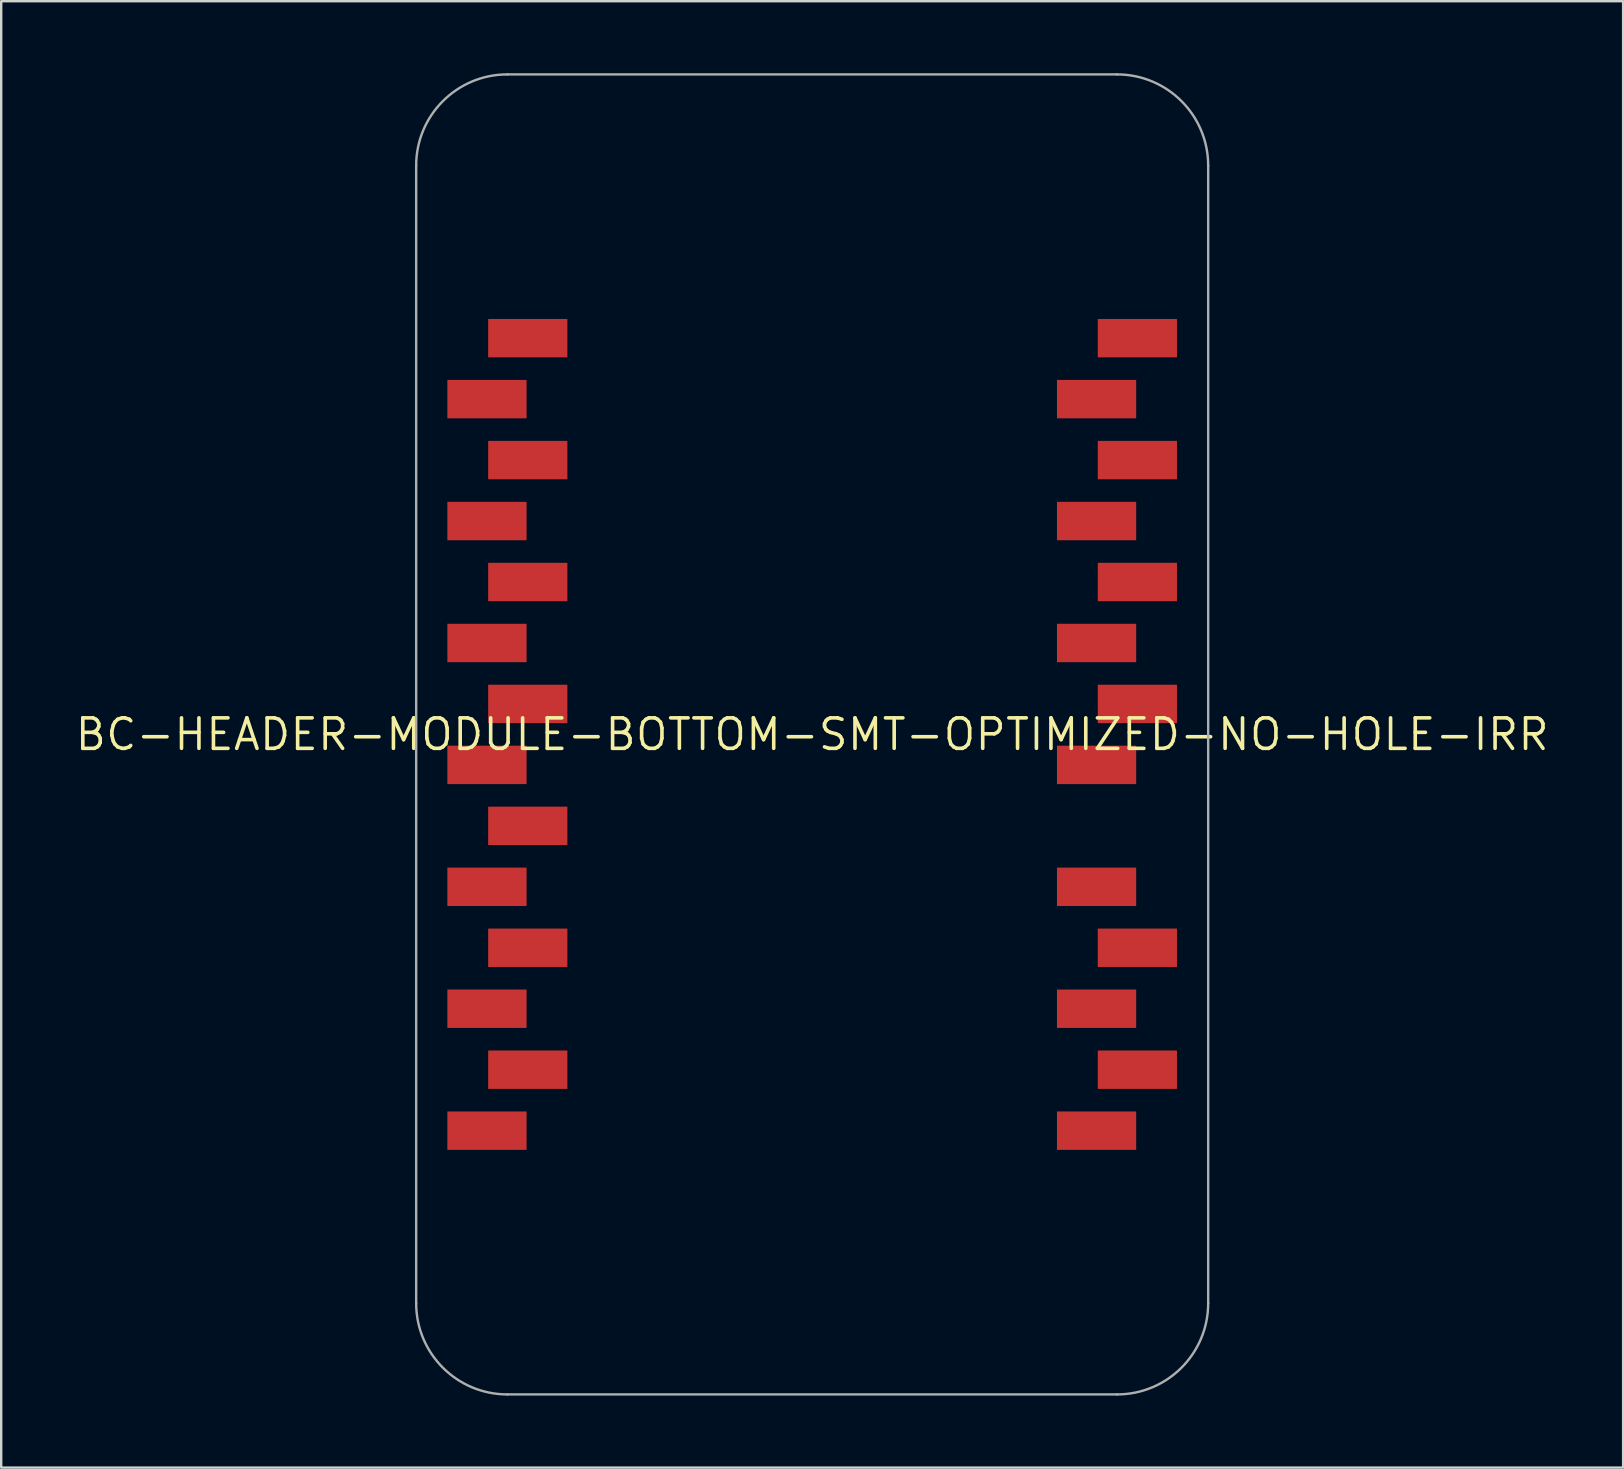
<source format=kicad_pcb>
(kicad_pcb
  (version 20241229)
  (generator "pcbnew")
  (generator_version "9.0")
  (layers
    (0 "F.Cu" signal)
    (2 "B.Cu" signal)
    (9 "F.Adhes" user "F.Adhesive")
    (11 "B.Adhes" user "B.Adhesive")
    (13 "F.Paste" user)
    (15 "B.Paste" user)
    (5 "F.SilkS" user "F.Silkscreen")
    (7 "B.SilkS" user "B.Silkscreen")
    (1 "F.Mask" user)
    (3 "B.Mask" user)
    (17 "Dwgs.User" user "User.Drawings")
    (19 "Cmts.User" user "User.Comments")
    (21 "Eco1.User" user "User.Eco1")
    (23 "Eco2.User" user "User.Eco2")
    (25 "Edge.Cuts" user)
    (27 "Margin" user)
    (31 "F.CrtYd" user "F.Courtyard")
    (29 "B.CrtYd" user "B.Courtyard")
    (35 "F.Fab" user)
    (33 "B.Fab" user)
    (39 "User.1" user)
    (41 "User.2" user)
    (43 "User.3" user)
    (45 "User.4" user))
  (footprint "BC-HEADER-MODULE-BOTTOM-SMT-OPTIMIZED-NO-HOLE-IRR"
    (layer "F.Cu")
    (at 30.79 27.55)
    (property "Reference" "BC-HEADER-MODULE-BOTTOM-SMT-OPTIMIZED-NO-HOLE-IRR" (at 0 0 0) (unlocked yes) (layer "F.SilkS") (effects (font (size 1.27 1.27) (thickness 0.15))))
    (fp_poly (pts (xy -11.9 -13.17) (xy -15.2 -13.17) (xy -15.2 -14.77) (xy -11.9 -14.77)) (stroke (width 0) (type default)) (fill yes) (layer "F.Cu"))
    (fp_poly (pts (xy -11.9 -8.09) (xy -15.2 -8.09) (xy -15.2 -9.69) (xy -11.9 -9.69)) (stroke (width 0) (type default)) (fill yes) (layer "F.Cu"))
    (fp_poly (pts (xy -11.9 -3.01) (xy -15.2 -3.01) (xy -15.2 -4.61) (xy -11.9 -4.61)) (stroke (width 0) (type default)) (fill yes) (layer "F.Cu"))
    (fp_poly (pts (xy -11.9 2.07) (xy -15.2 2.07) (xy -15.2 0.47) (xy -11.9 0.47)) (stroke (width 0) (type default)) (fill yes) (layer "F.Cu"))
    (fp_poly (pts (xy -11.9 7.15) (xy -15.2 7.15) (xy -15.2 5.55) (xy -11.9 5.55)) (stroke (width 0) (type default)) (fill yes) (layer "F.Cu"))
    (fp_poly (pts (xy -11.9 12.23) (xy -15.2 12.23) (xy -15.2 10.63) (xy -11.9 10.63)) (stroke (width 0) (type default)) (fill yes) (layer "F.Cu"))
    (fp_poly (pts (xy -11.9 17.31) (xy -15.2 17.31) (xy -15.2 15.71) (xy -11.9 15.71)) (stroke (width 0) (type default)) (fill yes) (layer "F.Cu"))
    (fp_poly (pts (xy -10.2 -15.71) (xy -13.5 -15.71) (xy -13.5 -17.31) (xy -10.2 -17.31)) (stroke (width 0) (type default)) (fill yes) (layer "F.Cu"))
    (fp_poly (pts (xy -10.2 -10.63) (xy -13.5 -10.63) (xy -13.5 -12.23) (xy -10.2 -12.23)) (stroke (width 0) (type default)) (fill yes) (layer "F.Cu"))
    (fp_poly (pts (xy -10.2 -5.55) (xy -13.5 -5.55) (xy -13.5 -7.15) (xy -10.2 -7.15)) (stroke (width 0) (type default)) (fill yes) (layer "F.Cu"))
    (fp_poly (pts (xy -10.2 -0.47) (xy -13.5 -0.47) (xy -13.5 -2.07) (xy -10.2 -2.07)) (stroke (width 0) (type default)) (fill yes) (layer "F.Cu"))
    (fp_poly (pts (xy -10.2 4.61) (xy -13.5 4.61) (xy -13.5 3.01) (xy -10.2 3.01)) (stroke (width 0) (type default)) (fill yes) (layer "F.Cu"))
    (fp_poly (pts (xy -10.2 9.69) (xy -13.5 9.69) (xy -13.5 8.09) (xy -10.2 8.09)) (stroke (width 0) (type default)) (fill yes) (layer "F.Cu"))
    (fp_poly (pts (xy -10.2 14.77) (xy -13.5 14.77) (xy -13.5 13.17) (xy -10.2 13.17)) (stroke (width 0) (type default)) (fill yes) (layer "F.Cu"))
    (fp_poly (pts (xy 13.5 -13.17) (xy 10.2 -13.17) (xy 10.2 -14.77) (xy 13.5 -14.77)) (stroke (width 0) (type default)) (fill yes) (layer "F.Cu"))
    (fp_poly (pts (xy 13.5 -8.09) (xy 10.2 -8.09) (xy 10.2 -9.69) (xy 13.5 -9.69)) (stroke (width 0) (type default)) (fill yes) (layer "F.Cu"))
    (fp_poly (pts (xy 13.5 -3.01) (xy 10.2 -3.01) (xy 10.2 -4.61) (xy 13.5 -4.61)) (stroke (width 0) (type default)) (fill yes) (layer "F.Cu"))
    (fp_poly (pts (xy 13.5 2.07) (xy 10.2 2.07) (xy 10.2 0.47) (xy 13.5 0.47)) (stroke (width 0) (type default)) (fill yes) (layer "F.Cu"))
    (fp_poly (pts (xy 13.5 7.15) (xy 10.2 7.15) (xy 10.2 5.55) (xy 13.5 5.55)) (stroke (width 0) (type default)) (fill yes) (layer "F.Cu"))
    (fp_poly (pts (xy 13.5 12.23) (xy 10.2 12.23) (xy 10.2 10.63) (xy 13.5 10.63)) (stroke (width 0) (type default)) (fill yes) (layer "F.Cu"))
    (fp_poly (pts (xy 13.5 17.31) (xy 10.2 17.31) (xy 10.2 15.71) (xy 13.5 15.71)) (stroke (width 0) (type default)) (fill yes) (layer "F.Cu"))
    (fp_poly (pts (xy 15.2 -15.71) (xy 11.9 -15.71) (xy 11.9 -17.31) (xy 15.2 -17.31)) (stroke (width 0) (type default)) (fill yes) (layer "F.Cu"))
    (fp_poly (pts (xy 15.2 -10.63) (xy 11.9 -10.63) (xy 11.9 -12.23) (xy 15.2 -12.23)) (stroke (width 0) (type default)) (fill yes) (layer "F.Cu"))
    (fp_poly (pts (xy 15.2 -5.55) (xy 11.9 -5.55) (xy 11.9 -7.15) (xy 15.2 -7.15)) (stroke (width 0) (type default)) (fill yes) (layer "F.Cu"))
    (fp_poly (pts (xy 15.2 -0.47) (xy 11.9 -0.47) (xy 11.9 -2.07) (xy 15.2 -2.07)) (stroke (width 0) (type default)) (fill yes) (layer "F.Cu"))
    (fp_poly (pts (xy 15.2 9.69) (xy 11.9 9.69) (xy 11.9 8.09) (xy 15.2 8.09)) (stroke (width 0) (type default)) (fill yes) (layer "F.Cu"))
    (fp_poly (pts (xy 15.2 14.77) (xy 11.9 14.77) (xy 11.9 13.17) (xy 15.2 13.17)) (stroke (width 0) (type default)) (fill yes) (layer "F.Cu"))
    (fp_poly (pts (xy -13.6 -15.61) (xy -10.1 -15.61) (xy -10.1 -17.41) (xy -13.6 -17.41)) (stroke (width 0) (type default)) (fill yes) (layer "F.Mask"))
    (fp_poly (pts (xy -13.6 -10.53) (xy -10.1 -10.53) (xy -10.1 -12.33) (xy -13.6 -12.33)) (stroke (width 0) (type default)) (fill yes) (layer "F.Mask"))
    (fp_poly (pts (xy -13.6 -5.45) (xy -10.1 -5.45) (xy -10.1 -7.25) (xy -13.6 -7.25)) (stroke (width 0) (type default)) (fill yes) (layer "F.Mask"))
    (fp_poly (pts (xy -13.6 -0.37) (xy -10.1 -0.37) (xy -10.1 -2.17) (xy -13.6 -2.17)) (stroke (width 0) (type default)) (fill yes) (layer "F.Mask"))
    (fp_poly (pts (xy -13.6 4.71) (xy -10.1 4.71) (xy -10.1 2.91) (xy -13.6 2.91)) (stroke (width 0) (type default)) (fill yes) (layer "F.Mask"))
    (fp_poly (pts (xy -13.6 9.79) (xy -10.1 9.79) (xy -10.1 7.99) (xy -13.6 7.99)) (stroke (width 0) (type default)) (fill yes) (layer "F.Mask"))
    (fp_poly (pts (xy -13.6 14.87) (xy -10.1 14.87) (xy -10.1 13.07) (xy -13.6 13.07)) (stroke (width 0) (type default)) (fill yes) (layer "F.Mask"))
    (fp_poly (pts (xy -11.8 -14.87) (xy -15.3 -14.87) (xy -15.3 -13.07) (xy -11.8 -13.07)) (stroke (width 0) (type default)) (fill yes) (layer "F.Mask"))
    (fp_poly (pts (xy -11.8 -9.79) (xy -15.3 -9.79) (xy -15.3 -7.99) (xy -11.8 -7.99)) (stroke (width 0) (type default)) (fill yes) (layer "F.Mask"))
    (fp_poly (pts (xy -11.8 -4.71) (xy -15.3 -4.71) (xy -15.3 -2.91) (xy -11.8 -2.91)) (stroke (width 0) (type default)) (fill yes) (layer "F.Mask"))
    (fp_poly (pts (xy -11.8 0.37) (xy -15.3 0.37) (xy -15.3 2.17) (xy -11.8 2.17)) (stroke (width 0) (type default)) (fill yes) (layer "F.Mask"))
    (fp_poly (pts (xy -11.8 5.45) (xy -15.3 5.45) (xy -15.3 7.25) (xy -11.8 7.25)) (stroke (width 0) (type default)) (fill yes) (layer "F.Mask"))
    (fp_poly (pts (xy -11.8 10.53) (xy -15.3 10.53) (xy -15.3 12.33) (xy -11.8 12.33)) (stroke (width 0) (type default)) (fill yes) (layer "F.Mask"))
    (fp_poly (pts (xy -11.8 15.61) (xy -15.3 15.61) (xy -15.3 17.41) (xy -11.8 17.41)) (stroke (width 0) (type default)) (fill yes) (layer "F.Mask"))
    (fp_poly (pts (xy 11.8 -15.61) (xy 15.3 -15.61) (xy 15.3 -17.41) (xy 11.8 -17.41)) (stroke (width 0) (type default)) (fill yes) (layer "F.Mask"))
    (fp_poly (pts (xy 11.8 -10.53) (xy 15.3 -10.53) (xy 15.3 -12.33) (xy 11.8 -12.33)) (stroke (width 0) (type default)) (fill yes) (layer "F.Mask"))
    (fp_poly (pts (xy 11.8 -5.45) (xy 15.3 -5.45) (xy 15.3 -7.25) (xy 11.8 -7.25)) (stroke (width 0) (type default)) (fill yes) (layer "F.Mask"))
    (fp_poly (pts (xy 11.8 -0.37) (xy 15.3 -0.37) (xy 15.3 -2.17) (xy 11.8 -2.17)) (stroke (width 0) (type default)) (fill yes) (layer "F.Mask"))
    (fp_poly (pts (xy 11.8 9.79) (xy 15.3 9.79) (xy 15.3 7.99) (xy 11.8 7.99)) (stroke (width 0) (type default)) (fill yes) (layer "F.Mask"))
    (fp_poly (pts (xy 11.8 14.87) (xy 15.3 14.87) (xy 15.3 13.07) (xy 11.8 13.07)) (stroke (width 0) (type default)) (fill yes) (layer "F.Mask"))
    (fp_poly (pts (xy 13.6 -14.87) (xy 10.1 -14.87) (xy 10.1 -13.07) (xy 13.6 -13.07)) (stroke (width 0) (type default)) (fill yes) (layer "F.Mask"))
    (fp_poly (pts (xy 13.6 -9.79) (xy 10.1 -9.79) (xy 10.1 -7.99) (xy 13.6 -7.99)) (stroke (width 0) (type default)) (fill yes) (layer "F.Mask"))
    (fp_poly (pts (xy 13.6 -4.71) (xy 10.1 -4.71) (xy 10.1 -2.91) (xy 13.6 -2.91)) (stroke (width 0) (type default)) (fill yes) (layer "F.Mask"))
    (fp_poly (pts (xy 13.6 0.37) (xy 10.1 0.37) (xy 10.1 2.17) (xy 13.6 2.17)) (stroke (width 0) (type default)) (fill yes) (layer "F.Mask"))
    (fp_poly (pts (xy 13.6 5.45) (xy 10.1 5.45) (xy 10.1 7.25) (xy 13.6 7.25)) (stroke (width 0) (type default)) (fill yes) (layer "F.Mask"))
    (fp_poly (pts (xy 13.6 10.53) (xy 10.1 10.53) (xy 10.1 12.33) (xy 13.6 12.33)) (stroke (width 0) (type default)) (fill yes) (layer "F.Mask"))
    (fp_poly (pts (xy 13.6 15.61) (xy 10.1 15.61) (xy 10.1 17.41) (xy 13.6 17.41)) (stroke (width 0) (type default)) (fill yes) (layer "F.Mask"))
    (fp_poly (pts (xy -15.827 -12.876) (xy -13.473 -12.876) (xy -13.473 -15.065) (xy -15.827 -15.065)) (stroke (width 0) (type default)) (fill yes) (layer "F.Paste"))
    (fp_poly (pts (xy -15.827 -7.795) (xy -13.473 -7.795) (xy -13.473 -9.985) (xy -15.827 -9.985)) (stroke (width 0) (type default)) (fill yes) (layer "F.Paste"))
    (fp_poly (pts (xy -15.827 -2.716) (xy -13.473 -2.716) (xy -13.473 -4.904) (xy -15.827 -4.904)) (stroke (width 0) (type default)) (fill yes) (layer "F.Paste"))
    (fp_poly (pts (xy -15.827 2.365) (xy -13.473 2.365) (xy -13.473 0.175) (xy -15.827 0.175)) (stroke (width 0) (type default)) (fill yes) (layer "F.Paste"))
    (fp_poly (pts (xy -15.827 7.444) (xy -13.473 7.444) (xy -13.473 5.255) (xy -15.827 5.255)) (stroke (width 0) (type default)) (fill yes) (layer "F.Paste"))
    (fp_poly (pts (xy -15.827 12.524) (xy -13.473 12.524) (xy -13.473 10.335) (xy -15.827 10.335)) (stroke (width 0) (type default)) (fill yes) (layer "F.Paste"))
    (fp_poly (pts (xy -15.827 17.605) (xy -13.473 17.605) (xy -13.473 15.415) (xy -15.827 15.415)) (stroke (width 0) (type default)) (fill yes) (layer "F.Paste"))
    (fp_poly (pts (xy -9.573 -17.605) (xy -11.927 -17.605) (xy -11.927 -15.415) (xy -9.573 -15.415)) (stroke (width 0) (type default)) (fill yes) (layer "F.Paste"))
    (fp_poly (pts (xy -9.573 -12.524) (xy -11.927 -12.524) (xy -11.927 -10.335) (xy -9.573 -10.335)) (stroke (width 0) (type default)) (fill yes) (layer "F.Paste"))
    (fp_poly (pts (xy -9.573 -7.444) (xy -11.927 -7.444) (xy -11.927 -5.255) (xy -9.573 -5.255)) (stroke (width 0) (type default)) (fill yes) (layer "F.Paste"))
    (fp_poly (pts (xy -9.573 -2.365) (xy -11.927 -2.365) (xy -11.927 -0.175) (xy -9.573 -0.175)) (stroke (width 0) (type default)) (fill yes) (layer "F.Paste"))
    (fp_poly (pts (xy -9.573 2.716) (xy -11.927 2.716) (xy -11.927 4.904) (xy -9.573 4.904)) (stroke (width 0) (type default)) (fill yes) (layer "F.Paste"))
    (fp_poly (pts (xy -9.573 7.795) (xy -11.927 7.795) (xy -11.927 9.985) (xy -9.573 9.985)) (stroke (width 0) (type default)) (fill yes) (layer "F.Paste"))
    (fp_poly (pts (xy -9.573 12.876) (xy -11.927 12.876) (xy -11.927 15.065) (xy -9.573 15.065)) (stroke (width 0) (type default)) (fill yes) (layer "F.Paste"))
    (fp_poly (pts (xy 9.573 -12.876) (xy 11.927 -12.876) (xy 11.927 -15.065) (xy 9.573 -15.065)) (stroke (width 0) (type default)) (fill yes) (layer "F.Paste"))
    (fp_poly (pts (xy 9.573 -7.795) (xy 11.927 -7.795) (xy 11.927 -9.985) (xy 9.573 -9.985)) (stroke (width 0) (type default)) (fill yes) (layer "F.Paste"))
    (fp_poly (pts (xy 9.573 -2.716) (xy 11.927 -2.716) (xy 11.927 -4.904) (xy 9.573 -4.904)) (stroke (width 0) (type default)) (fill yes) (layer "F.Paste"))
    (fp_poly (pts (xy 9.573 2.365) (xy 11.927 2.365) (xy 11.927 0.175) (xy 9.573 0.175)) (stroke (width 0) (type default)) (fill yes) (layer "F.Paste"))
    (fp_poly (pts (xy 9.573 7.444) (xy 11.927 7.444) (xy 11.927 5.255) (xy 9.573 5.255)) (stroke (width 0) (type default)) (fill yes) (layer "F.Paste"))
    (fp_poly (pts (xy 9.573 12.524) (xy 11.927 12.524) (xy 11.927 10.335) (xy 9.573 10.335)) (stroke (width 0) (type default)) (fill yes) (layer "F.Paste"))
    (fp_poly (pts (xy 9.573 17.605) (xy 11.927 17.605) (xy 11.927 15.415) (xy 9.573 15.415)) (stroke (width 0) (type default)) (fill yes) (layer "F.Paste"))
    (fp_poly (pts (xy 15.827 -17.605) (xy 13.473 -17.605) (xy 13.473 -15.415) (xy 15.827 -15.415)) (stroke (width 0) (type default)) (fill yes) (layer "F.Paste"))
    (fp_poly (pts (xy 15.827 -12.524) (xy 13.473 -12.524) (xy 13.473 -10.335) (xy 15.827 -10.335)) (stroke (width 0) (type default)) (fill yes) (layer "F.Paste"))
    (fp_poly (pts (xy 15.827 -7.444) (xy 13.473 -7.444) (xy 13.473 -5.255) (xy 15.827 -5.255)) (stroke (width 0) (type default)) (fill yes) (layer "F.Paste"))
    (fp_poly (pts (xy 15.827 -2.365) (xy 13.473 -2.365) (xy 13.473 -0.175) (xy 15.827 -0.175)) (stroke (width 0) (type default)) (fill yes) (layer "F.Paste"))
    (fp_poly (pts (xy 15.827 7.795) (xy 13.473 7.795) (xy 13.473 9.985) (xy 15.827 9.985)) (stroke (width 0) (type default)) (fill yes) (layer "F.Paste"))
    (fp_poly (pts (xy 15.827 12.876) (xy 13.473 12.876) (xy 13.473 15.065) (xy 15.827 15.065)) (stroke (width 0) (type default)) (fill yes) (layer "F.Paste"))
    (fp_line (start -16.5 23.7) (end -16.5 -23.7) (stroke (width 0.1) (type solid)) (layer "F.Fab"))
    (fp_line (start -12.7 -27.5) (end 12.7 -27.5) (stroke (width 0.1) (type solid)) (layer "F.Fab"))
    (fp_line (start 12.7 27.5) (end -12.7 27.5) (stroke (width 0.1) (type solid)) (layer "F.Fab"))
    (fp_line (start 16.5 -23.7) (end 16.5 23.7) (stroke (width 0.1) (type solid)) (layer "F.Fab"))
    (fp_arc (start -16.5 -23.7) (mid -15.387006 -26.387006) (end -12.7 -27.5) (stroke (width 0.1) (type solid)) (layer "F.Fab"))
    (fp_arc (start -12.7 27.5) (mid -15.387006 26.387006) (end -16.5 23.7) (stroke (width 0.1) (type solid)) (layer "F.Fab"))
    (fp_arc (start 12.7 -27.5) (mid 15.387006 -26.387006) (end 16.5 -23.7) (stroke (width 0.1) (type solid)) (layer "F.Fab"))
    (fp_arc (start 16.5 23.7) (mid 15.387006 26.387006) (end 12.7 27.5) (stroke (width 0.1) (type solid)) (layer "F.Fab"))
    (pad "1" smd roundrect (at -12.7 -16.51) (size 1 1) (layers "F.Cu") (roundrect_rratio 0.5))
    (pad "2" smd roundrect (at -12.7 -13.97) (size 1 1) (layers "F.Cu") (roundrect_rratio 0.5))
    (pad "3" smd roundrect (at -12.7 -11.43) (size 1 1) (layers "F.Cu") (roundrect_rratio 0.5))
    (pad "4" smd roundrect (at -12.7 -8.89) (size 1 1) (layers "F.Cu") (roundrect_rratio 0.5))
    (pad "5" smd roundrect (at -12.7 -6.35) (size 1 1) (layers "F.Cu") (roundrect_rratio 0.5))
    (pad "6" smd roundrect (at -12.7 -3.81) (size 1 1) (layers "F.Cu") (roundrect_rratio 0.5))
    (pad "7" smd roundrect (at -12.7 -1.27) (size 1 1) (layers "F.Cu") (roundrect_rratio 0.5))
    (pad "8" smd roundrect (at -12.7 1.27) (size 1 1) (layers "F.Cu") (roundrect_rratio 0.5))
    (pad "9" smd roundrect (at -12.7 3.81) (size 1 1) (layers "F.Cu") (roundrect_rratio 0.5))
    (pad "10" smd roundrect (at -12.7 6.35) (size 1 1) (layers "F.Cu") (roundrect_rratio 0.5))
    (pad "11" smd roundrect (at -12.7 8.89) (size 1 1) (layers "F.Cu") (roundrect_rratio 0.5))
    (pad "12" smd roundrect (at -12.7 11.43) (size 1 1) (layers "F.Cu") (roundrect_rratio 0.5))
    (pad "13" smd roundrect (at -12.7 13.97) (size 1 1) (layers "F.Cu") (roundrect_rratio 0.5))
    (pad "14" smd roundrect (at -12.7 16.51) (size 1 1) (layers "F.Cu") (roundrect_rratio 0.5))
    (pad "15" smd roundrect (at 12.7 16.51) (size 1 1) (layers "F.Cu") (roundrect_rratio 0.5))
    (pad "16" smd roundrect (at 12.7 13.97) (size 1 1) (layers "F.Cu") (roundrect_rratio 0.5))
    (pad "17" smd roundrect (at 12.7 11.43) (size 1 1) (layers "F.Cu") (roundrect_rratio 0.5))
    (pad "18" smd roundrect (at 12.7 8.89) (size 1 1) (layers "F.Cu") (roundrect_rratio 0.5))
    (pad "19" smd roundrect (at 12.7 6.35) (size 1 1) (layers "F.Cu") (roundrect_rratio 0.5))
    (pad "21" smd roundrect (at 12.7 1.27) (size 1 1) (layers "F.Cu") (roundrect_rratio 0.5))
    (pad "22" smd roundrect (at 12.7 -1.27) (size 1 1) (layers "F.Cu") (roundrect_rratio 0.5))
    (pad "23" smd roundrect (at 12.7 -3.81) (size 1 1) (layers "F.Cu") (roundrect_rratio 0.5))
    (pad "24" smd roundrect (at 12.7 -6.35) (size 1 1) (layers "F.Cu") (roundrect_rratio 0.5))
    (pad "25" smd roundrect (at 12.7 -8.89) (size 1 1) (layers "F.Cu") (roundrect_rratio 0.5))
    (pad "26" smd roundrect (at 12.7 -11.43) (size 1 1) (layers "F.Cu") (roundrect_rratio 0.5))
    (pad "27" smd roundrect (at 12.7 -13.97) (size 1 1) (layers "F.Cu") (roundrect_rratio 0.5))
    (pad "28" smd roundrect (at 12.7 -16.51) (size 1 1) (layers "F.Cu") (roundrect_rratio 0.5)))
  (gr_rect
    (start -3 -3)
    (end 64.579 58.1)
    (stroke (width 0.1) (type default))
    (fill no)
    (layer "Edge.Cuts")))
</source>
